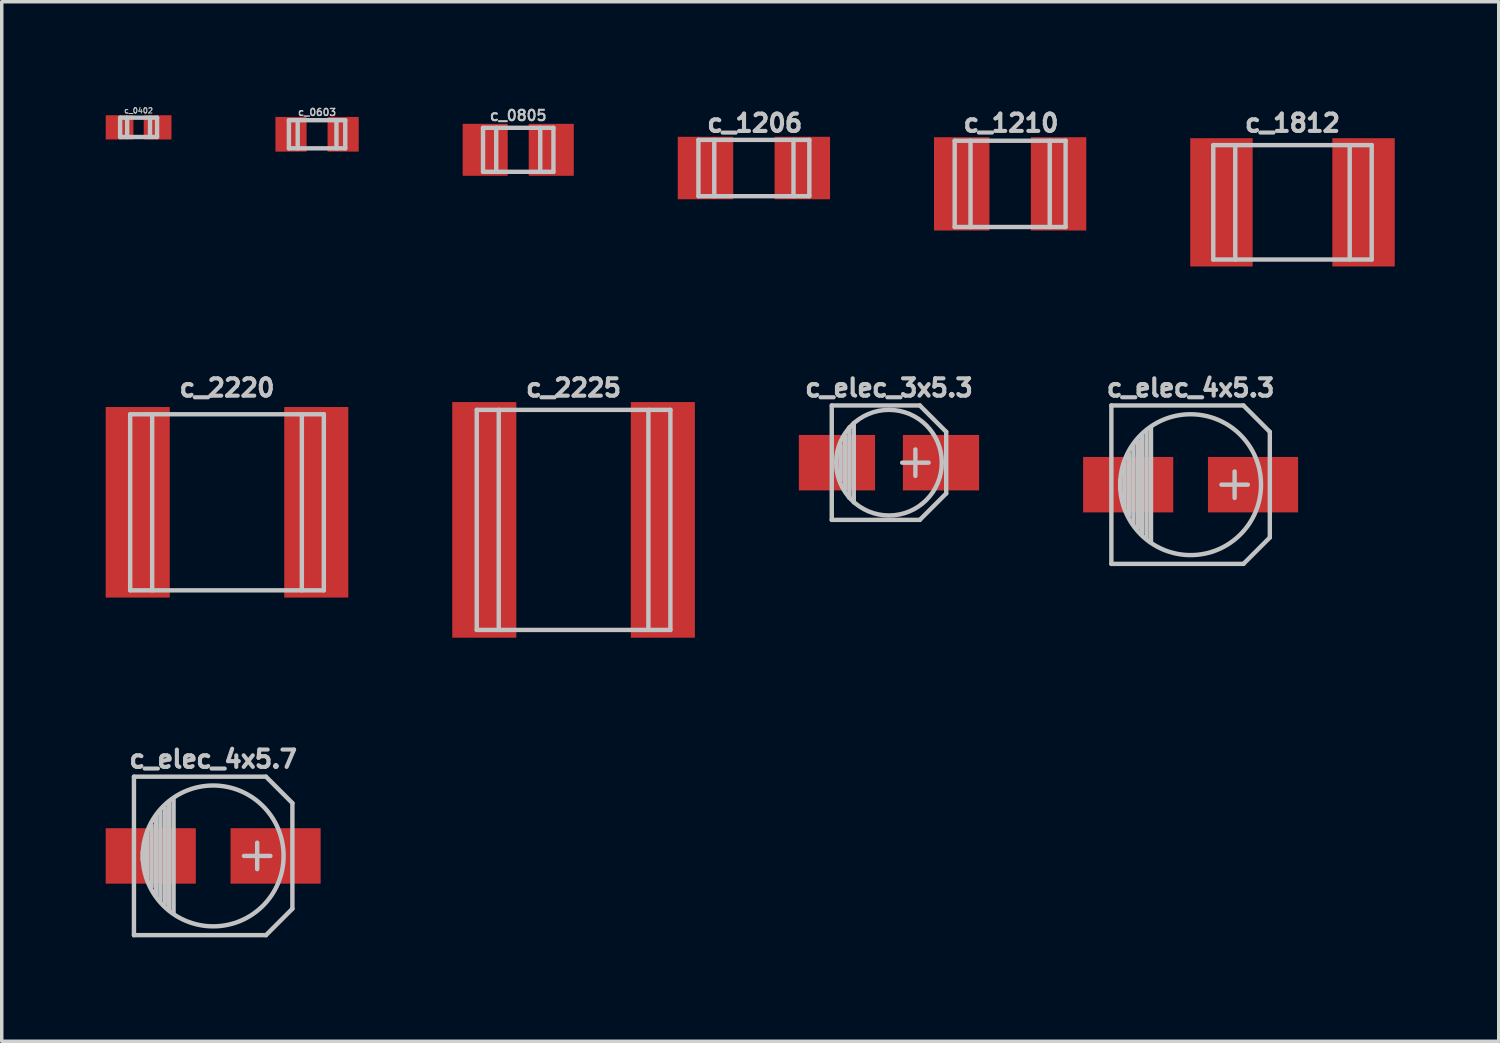
<source format=kicad_pcb>
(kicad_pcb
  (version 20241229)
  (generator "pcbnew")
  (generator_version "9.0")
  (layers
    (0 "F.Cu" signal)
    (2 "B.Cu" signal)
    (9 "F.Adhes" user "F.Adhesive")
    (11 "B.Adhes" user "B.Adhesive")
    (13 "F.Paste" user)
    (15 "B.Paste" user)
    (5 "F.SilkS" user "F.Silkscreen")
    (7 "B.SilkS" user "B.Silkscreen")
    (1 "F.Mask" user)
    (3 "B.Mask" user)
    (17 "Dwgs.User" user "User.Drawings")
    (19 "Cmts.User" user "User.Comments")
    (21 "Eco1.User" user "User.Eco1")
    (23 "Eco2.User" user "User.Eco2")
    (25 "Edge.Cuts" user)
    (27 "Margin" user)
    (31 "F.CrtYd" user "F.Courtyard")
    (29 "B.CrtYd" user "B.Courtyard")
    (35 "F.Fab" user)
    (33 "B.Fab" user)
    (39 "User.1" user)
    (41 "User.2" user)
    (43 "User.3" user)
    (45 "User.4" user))
  (footprint "c_0402"
    (layer "F.Cu")
    (at 0.949 0.625)
    (property "Reference" "c_0402" (at 0 -0.483 0) (layer "Dwgs.User") (effects (font (size 0.152 0.152) (thickness 0.03))))
    (attr through_hole)
    (fp_line (start -0.533 -0.279) (end -0.533 0.279) (stroke (width 0.127) (type solid)) (layer "Dwgs.User"))
    (fp_line (start -0.533 0.279) (end 0.533 0.279) (stroke (width 0.127) (type solid)) (layer "Dwgs.User"))
    (fp_line (start -0.33 -0.279) (end -0.33 0.279) (stroke (width 0.127) (type solid)) (layer "Dwgs.User"))
    (fp_line (start 0.33 -0.279) (end 0.33 0.279) (stroke (width 0.127) (type solid)) (layer "Dwgs.User"))
    (fp_line (start 0.533 -0.279) (end -0.533 -0.279) (stroke (width 0.127) (type solid)) (layer "Dwgs.User"))
    (fp_line (start 0.533 0.279) (end 0.533 -0.279) (stroke (width 0.127) (type solid)) (layer "Dwgs.User"))
    (pad "1" smd rect (at 0.549 0) (size 0.8 0.699) (layers "F.Cu" "F.Mask" "F.Paste"))
    (pad "2" smd rect (at -0.549 0) (size 0.8 0.699) (layers "F.Cu" "F.Mask" "F.Paste")))
  (footprint "c_1812"
    (layer "F.Cu")
    (at 34.244 2.788)
    (property "Reference" "c_1812" (at 0 -2.286 0) (layer "Dwgs.User") (effects (font (size 0.5 0.5) (thickness 0.119))))
    (attr through_hole)
    (fp_line (start -2.286 -1.651) (end -2.286 1.651) (stroke (width 0.127) (type solid)) (layer "Dwgs.User"))
    (fp_line (start -2.286 1.651) (end 2.286 1.651) (stroke (width 0.127) (type solid)) (layer "Dwgs.User"))
    (fp_line (start -1.651 -1.651) (end -1.651 1.651) (stroke (width 0.127) (type solid)) (layer "Dwgs.User"))
    (fp_line (start 1.651 -1.651) (end 1.651 1.651) (stroke (width 0.127) (type solid)) (layer "Dwgs.User"))
    (fp_line (start 2.286 -1.651) (end -2.286 -1.651) (stroke (width 0.127) (type solid)) (layer "Dwgs.User"))
    (fp_line (start 2.286 1.651) (end 2.286 -1.651) (stroke (width 0.127) (type solid)) (layer "Dwgs.User"))
    (pad "1" smd rect (at 2.05 0) (size 1.801 3.701) (layers "F.Cu" "F.Mask" "F.Paste"))
    (pad "2" smd rect (at -2.05 0) (size 1.801 3.701) (layers "F.Cu" "F.Mask" "F.Paste")))
  (footprint "c_0805"
    (layer "F.Cu")
    (at 11.903 1.273)
    (property "Reference" "c_0805" (at 0 -0.991 0) (layer "Dwgs.User") (effects (font (size 0.3 0.3) (thickness 0.061))))
    (attr through_hole)
    (fp_line (start -1.016 -0.635) (end 1.016 -0.635) (stroke (width 0.127) (type solid)) (layer "Dwgs.User"))
    (fp_line (start -1.016 0.635) (end -1.016 -0.635) (stroke (width 0.127) (type solid)) (layer "Dwgs.User"))
    (fp_line (start -0.635 -0.635) (end -0.635 0.61) (stroke (width 0.127) (type solid)) (layer "Dwgs.User"))
    (fp_line (start 0.635 -0.635) (end 0.635 0.635) (stroke (width 0.127) (type solid)) (layer "Dwgs.User"))
    (fp_line (start 1.016 -0.635) (end 1.016 0.635) (stroke (width 0.127) (type solid)) (layer "Dwgs.User"))
    (fp_line (start 1.016 0.635) (end -1.016 0.635) (stroke (width 0.127) (type solid)) (layer "Dwgs.User"))
    (pad "1" smd rect (at 0.953 0) (size 1.3 1.499) (layers "F.Cu" "F.Mask" "F.Paste"))
    (pad "2" smd rect (at -0.953 0) (size 1.3 1.499) (layers "F.Cu" "F.Mask" "F.Paste")))
  (footprint "c_2225"
    (layer "F.Cu")
    (at 13.5 11.951)
    (property "Reference" "c_2225" (at 0 -3.81 0) (layer "Dwgs.User") (effects (font (size 0.5 0.5) (thickness 0.119))))
    (attr through_hole)
    (fp_line (start -2.794 -3.175) (end 2.794 -3.175) (stroke (width 0.127) (type solid)) (layer "Dwgs.User"))
    (fp_line (start -2.794 3.175) (end -2.794 -3.175) (stroke (width 0.127) (type solid)) (layer "Dwgs.User"))
    (fp_line (start -2.159 -3.175) (end -2.159 3.175) (stroke (width 0.127) (type solid)) (layer "Dwgs.User"))
    (fp_line (start 2.159 -3.175) (end 2.159 3.175) (stroke (width 0.127) (type solid)) (layer "Dwgs.User"))
    (fp_line (start 2.794 -3.175) (end 2.794 3.175) (stroke (width 0.127) (type solid)) (layer "Dwgs.User"))
    (fp_line (start 2.794 3.175) (end -2.794 3.175) (stroke (width 0.127) (type solid)) (layer "Dwgs.User"))
    (pad "1" smd rect (at 2.576 0) (size 1.849 6.8) (layers "F.Cu" "F.Mask" "F.Paste"))
    (pad "2" smd rect (at -2.576 0) (size 1.849 6.8) (layers "F.Cu" "F.Mask" "F.Paste")))
  (footprint "c_2220"
    (layer "F.Cu")
    (at 3.5 11.443)
    (property "Reference" "c_2220" (at 0 -3.302 0) (layer "Dwgs.User") (effects (font (size 0.5 0.5) (thickness 0.119))))
    (attr through_hole)
    (fp_line (start -2.794 -2.54) (end 2.794 -2.54) (stroke (width 0.127) (type solid)) (layer "Dwgs.User"))
    (fp_line (start -2.794 2.54) (end -2.794 -2.54) (stroke (width 0.127) (type solid)) (layer "Dwgs.User"))
    (fp_line (start -2.159 -2.54) (end -2.159 2.54) (stroke (width 0.127) (type solid)) (layer "Dwgs.User"))
    (fp_line (start 2.159 -2.54) (end 2.159 2.54) (stroke (width 0.127) (type solid)) (layer "Dwgs.User"))
    (fp_line (start 2.794 -2.54) (end 2.794 2.54) (stroke (width 0.127) (type solid)) (layer "Dwgs.User"))
    (fp_line (start 2.794 2.54) (end -2.794 2.54) (stroke (width 0.127) (type solid)) (layer "Dwgs.User"))
    (pad "1" smd rect (at 2.576 0) (size 1.849 5.499) (layers "F.Cu" "F.Mask" "F.Paste"))
    (pad "2" smd rect (at -2.576 0) (size 1.849 5.499) (layers "F.Cu" "F.Mask" "F.Paste")))
  (footprint "c_0603"
    (layer "F.Cu")
    (at 6.099 0.824)
    (property "Reference" "c_0603" (at 0 -0.635 0) (layer "Dwgs.User") (effects (font (size 0.201 0.201) (thickness 0.041))))
    (attr through_hole)
    (fp_line (start -0.813 -0.406) (end 0.813 -0.406) (stroke (width 0.127) (type solid)) (layer "Dwgs.User"))
    (fp_line (start -0.813 0.406) (end -0.813 -0.406) (stroke (width 0.127) (type solid)) (layer "Dwgs.User"))
    (fp_line (start -0.559 -0.381) (end -0.559 0.406) (stroke (width 0.127) (type solid)) (layer "Dwgs.User"))
    (fp_line (start 0.559 0.406) (end 0.559 -0.406) (stroke (width 0.127) (type solid)) (layer "Dwgs.User"))
    (fp_line (start 0.813 -0.406) (end 0.813 0.406) (stroke (width 0.127) (type solid)) (layer "Dwgs.User"))
    (fp_line (start 0.813 0.406) (end -0.813 0.406) (stroke (width 0.127) (type solid)) (layer "Dwgs.User"))
    (pad "1" smd rect (at 0.752 0) (size 0.899 1.001) (layers "F.Cu" "F.Mask" "F.Paste"))
    (pad "2" smd rect (at -0.752 0) (size 0.899 1.001) (layers "F.Cu" "F.Mask" "F.Paste")))
  (footprint "c_1206"
    (layer "F.Cu")
    (at 18.703 1.798)
    (property "Reference" "c_1206" (at 0.025 -1.295 0) (layer "Dwgs.User") (effects (font (size 0.5 0.5) (thickness 0.119))))
    (attr through_hole)
    (fp_line (start -1.6 -0.813) (end -1.6 0.813) (stroke (width 0.127) (type solid)) (layer "Dwgs.User"))
    (fp_line (start -1.6 0.813) (end 1.6 0.813) (stroke (width 0.127) (type solid)) (layer "Dwgs.User"))
    (fp_line (start -1.143 -0.813) (end -1.143 0.813) (stroke (width 0.127) (type solid)) (layer "Dwgs.User"))
    (fp_line (start 1.143 0.813) (end 1.143 -0.813) (stroke (width 0.127) (type solid)) (layer "Dwgs.User"))
    (fp_line (start 1.6 -0.813) (end -1.6 -0.813) (stroke (width 0.127) (type solid)) (layer "Dwgs.User"))
    (fp_line (start 1.6 0.813) (end 1.6 -0.813) (stroke (width 0.127) (type solid)) (layer "Dwgs.User"))
    (pad "1" smd rect (at 1.397 0) (size 1.6 1.803) (layers "F.Cu" "F.Mask" "F.Paste"))
    (pad "2" smd rect (at -1.397 0) (size 1.6 1.803) (layers "F.Cu" "F.Mask" "F.Paste")))
  (footprint "c_elec_4x5.3"
    (layer "F.Cu")
    (at 31.304 10.935)
    (property "Reference" "c_elec_4x5.3" (at 0 -2.794 0) (layer "Dwgs.User") (effects (font (size 0.5 0.5) (thickness 0.119))))
    (attr through_hole)
    (fp_line (start -2.286 -2.286) (end -2.286 2.286) (stroke (width 0.127) (type solid)) (layer "Dwgs.User"))
    (fp_line (start -2.032 0.127) (end -2.032 -0.127) (stroke (width 0.127) (type solid)) (layer "Dwgs.User"))
    (fp_line (start -1.905 -0.635) (end -1.905 0.635) (stroke (width 0.127) (type solid)) (layer "Dwgs.User"))
    (fp_line (start -1.778 0.889) (end -1.778 -0.889) (stroke (width 0.127) (type solid)) (layer "Dwgs.User"))
    (fp_line (start -1.651 1.143) (end -1.651 -1.143) (stroke (width 0.127) (type solid)) (layer "Dwgs.User"))
    (fp_line (start -1.524 -1.27) (end -1.524 1.27) (stroke (width 0.127) (type solid)) (layer "Dwgs.User"))
    (fp_line (start -1.397 1.397) (end -1.397 -1.397) (stroke (width 0.127) (type solid)) (layer "Dwgs.User"))
    (fp_line (start -1.27 -1.524) (end -1.27 1.524) (stroke (width 0.127) (type solid)) (layer "Dwgs.User"))
    (fp_line (start -1.143 -1.651) (end -1.143 1.651) (stroke (width 0.127) (type solid)) (layer "Dwgs.User"))
    (fp_line (start 1.27 -0.381) (end 1.27 0.381) (stroke (width 0.127) (type solid)) (layer "Dwgs.User"))
    (fp_line (start 1.524 -2.286) (end -2.286 -2.286) (stroke (width 0.127) (type solid)) (layer "Dwgs.User"))
    (fp_line (start 1.524 -2.286) (end 2.286 -1.524) (stroke (width 0.127) (type solid)) (layer "Dwgs.User"))
    (fp_line (start 1.524 2.286) (end -2.286 2.286) (stroke (width 0.127) (type solid)) (layer "Dwgs.User"))
    (fp_line (start 1.524 2.286) (end 2.286 1.524) (stroke (width 0.127) (type solid)) (layer "Dwgs.User"))
    (fp_line (start 1.651 0) (end 0.889 0) (stroke (width 0.127) (type solid)) (layer "Dwgs.User"))
    (fp_line (start 2.286 -1.524) (end 2.286 1.524) (stroke (width 0.127) (type solid)) (layer "Dwgs.User"))
    (fp_circle (center 0 0) (end -2.032 0) (stroke (width 0.127) (type solid)) (fill no) (layer "Dwgs.User"))
    (pad "1" smd rect (at 1.801 0) (size 2.601 1.6) (layers "F.Cu" "F.Mask" "F.Paste"))
    (pad "2" smd rect (at -1.801 0) (size 2.601 1.6) (layers "F.Cu" "F.Mask" "F.Paste")))
  (footprint "c_elec_3x5.3"
    (layer "F.Cu")
    (at 22.601 10.3)
    (property "Reference" "c_elec_3x5.3" (at 0 -2.159 0) (layer "Dwgs.User") (effects (font (size 0.5 0.5) (thickness 0.119))))
    (attr through_hole)
    (fp_line (start -1.651 -1.651) (end -1.651 1.651) (stroke (width 0.127) (type solid)) (layer "Dwgs.User"))
    (fp_line (start -1.651 1.651) (end 0.889 1.651) (stroke (width 0.127) (type solid)) (layer "Dwgs.User"))
    (fp_line (start -1.397 -0.508) (end -1.397 0.508) (stroke (width 0.127) (type solid)) (layer "Dwgs.User"))
    (fp_line (start -1.27 -0.762) (end -1.27 0.762) (stroke (width 0.127) (type solid)) (layer "Dwgs.User"))
    (fp_line (start -1.143 -1.016) (end -1.143 1.016) (stroke (width 0.127) (type solid)) (layer "Dwgs.User"))
    (fp_line (start -1.016 -1.143) (end -1.016 1.143) (stroke (width 0.127) (type solid)) (layer "Dwgs.User"))
    (fp_line (start 0.762 -0.381) (end 0.762 0.381) (stroke (width 0.127) (type solid)) (layer "Dwgs.User"))
    (fp_line (start 0.889 -1.651) (end -1.651 -1.651) (stroke (width 0.127) (type solid)) (layer "Dwgs.User"))
    (fp_line (start 0.889 1.651) (end 1.651 0.889) (stroke (width 0.127) (type solid)) (layer "Dwgs.User"))
    (fp_line (start 1.143 0) (end 0.381 0) (stroke (width 0.127) (type solid)) (layer "Dwgs.User"))
    (fp_line (start 1.651 -0.889) (end 0.889 -1.651) (stroke (width 0.127) (type solid)) (layer "Dwgs.User"))
    (fp_line (start 1.651 0.889) (end 1.651 -0.889) (stroke (width 0.127) (type solid)) (layer "Dwgs.User"))
    (fp_circle (center 0 0) (end 1.524 0) (stroke (width 0.127) (type solid)) (fill no) (layer "Dwgs.User"))
    (pad "1" smd rect (at 1.501 0) (size 2.2 1.6) (layers "F.Cu" "F.Mask" "F.Paste"))
    (pad "2" smd rect (at -1.501 0) (size 2.2 1.6) (layers "F.Cu" "F.Mask" "F.Paste")))
  (footprint "c_elec_4x5.7"
    (layer "F.Cu")
    (at 3.101 21.647)
    (property "Reference" "c_elec_4x5.7" (at 0 -2.794 0) (layer "Dwgs.User") (effects (font (size 0.5 0.5) (thickness 0.119))))
    (attr through_hole)
    (fp_line (start -2.286 -2.286) (end -2.286 2.286) (stroke (width 0.127) (type solid)) (layer "Dwgs.User"))
    (fp_line (start -2.032 0.127) (end -2.032 -0.127) (stroke (width 0.127) (type solid)) (layer "Dwgs.User"))
    (fp_line (start -1.905 -0.635) (end -1.905 0.635) (stroke (width 0.127) (type solid)) (layer "Dwgs.User"))
    (fp_line (start -1.778 0.889) (end -1.778 -0.889) (stroke (width 0.127) (type solid)) (layer "Dwgs.User"))
    (fp_line (start -1.651 1.143) (end -1.651 -1.143) (stroke (width 0.127) (type solid)) (layer "Dwgs.User"))
    (fp_line (start -1.524 -1.27) (end -1.524 1.27) (stroke (width 0.127) (type solid)) (layer "Dwgs.User"))
    (fp_line (start -1.397 1.397) (end -1.397 -1.397) (stroke (width 0.127) (type solid)) (layer "Dwgs.User"))
    (fp_line (start -1.27 -1.524) (end -1.27 1.524) (stroke (width 0.127) (type solid)) (layer "Dwgs.User"))
    (fp_line (start -1.143 -1.651) (end -1.143 1.651) (stroke (width 0.127) (type solid)) (layer "Dwgs.User"))
    (fp_line (start 1.27 -0.381) (end 1.27 0.381) (stroke (width 0.127) (type solid)) (layer "Dwgs.User"))
    (fp_line (start 1.524 -2.286) (end -2.286 -2.286) (stroke (width 0.127) (type solid)) (layer "Dwgs.User"))
    (fp_line (start 1.524 -2.286) (end 2.286 -1.524) (stroke (width 0.127) (type solid)) (layer "Dwgs.User"))
    (fp_line (start 1.524 2.286) (end -2.286 2.286) (stroke (width 0.127) (type solid)) (layer "Dwgs.User"))
    (fp_line (start 1.524 2.286) (end 2.286 1.524) (stroke (width 0.127) (type solid)) (layer "Dwgs.User"))
    (fp_line (start 1.651 0) (end 0.889 0) (stroke (width 0.127) (type solid)) (layer "Dwgs.User"))
    (fp_line (start 2.286 -1.524) (end 2.286 1.524) (stroke (width 0.127) (type solid)) (layer "Dwgs.User"))
    (fp_circle (center 0 0) (end -2.032 0) (stroke (width 0.127) (type solid)) (fill no) (layer "Dwgs.User"))
    (pad "1" smd rect (at 1.801 0) (size 2.601 1.6) (layers "F.Cu" "F.Mask" "F.Paste"))
    (pad "2" smd rect (at -1.801 0) (size 2.601 1.6) (layers "F.Cu" "F.Mask" "F.Paste")))
  (footprint "c_1210"
    (layer "F.Cu")
    (at 26.097 2.255)
    (property "Reference" "c_1210" (at 0.025 -1.753 0) (layer "Dwgs.User") (effects (font (size 0.5 0.5) (thickness 0.119))))
    (attr through_hole)
    (fp_line (start -1.6 -1.245) (end -1.6 1.245) (stroke (width 0.127) (type solid)) (layer "Dwgs.User"))
    (fp_line (start -1.6 1.245) (end 1.6 1.245) (stroke (width 0.127) (type solid)) (layer "Dwgs.User"))
    (fp_line (start -1.143 1.245) (end -1.143 -1.245) (stroke (width 0.127) (type solid)) (layer "Dwgs.User"))
    (fp_line (start 1.143 -1.245) (end 1.143 1.245) (stroke (width 0.127) (type solid)) (layer "Dwgs.User"))
    (fp_line (start 1.6 -1.245) (end -1.6 -1.245) (stroke (width 0.127) (type solid)) (layer "Dwgs.User"))
    (fp_line (start 1.6 1.245) (end 1.6 -1.245) (stroke (width 0.127) (type solid)) (layer "Dwgs.User"))
    (pad "1" smd rect (at 1.397 0) (size 1.6 2.692) (layers "F.Cu" "F.Mask" "F.Paste"))
    (pad "2" smd rect (at -1.397 0) (size 1.6 2.692) (layers "F.Cu" "F.Mask" "F.Paste")))
  (gr_rect
    (start -3 -3)
    (end 40.195 26.996)
    (stroke (width 0.1) (type default))
    (fill no)
    (layer "Edge.Cuts")))
</source>
